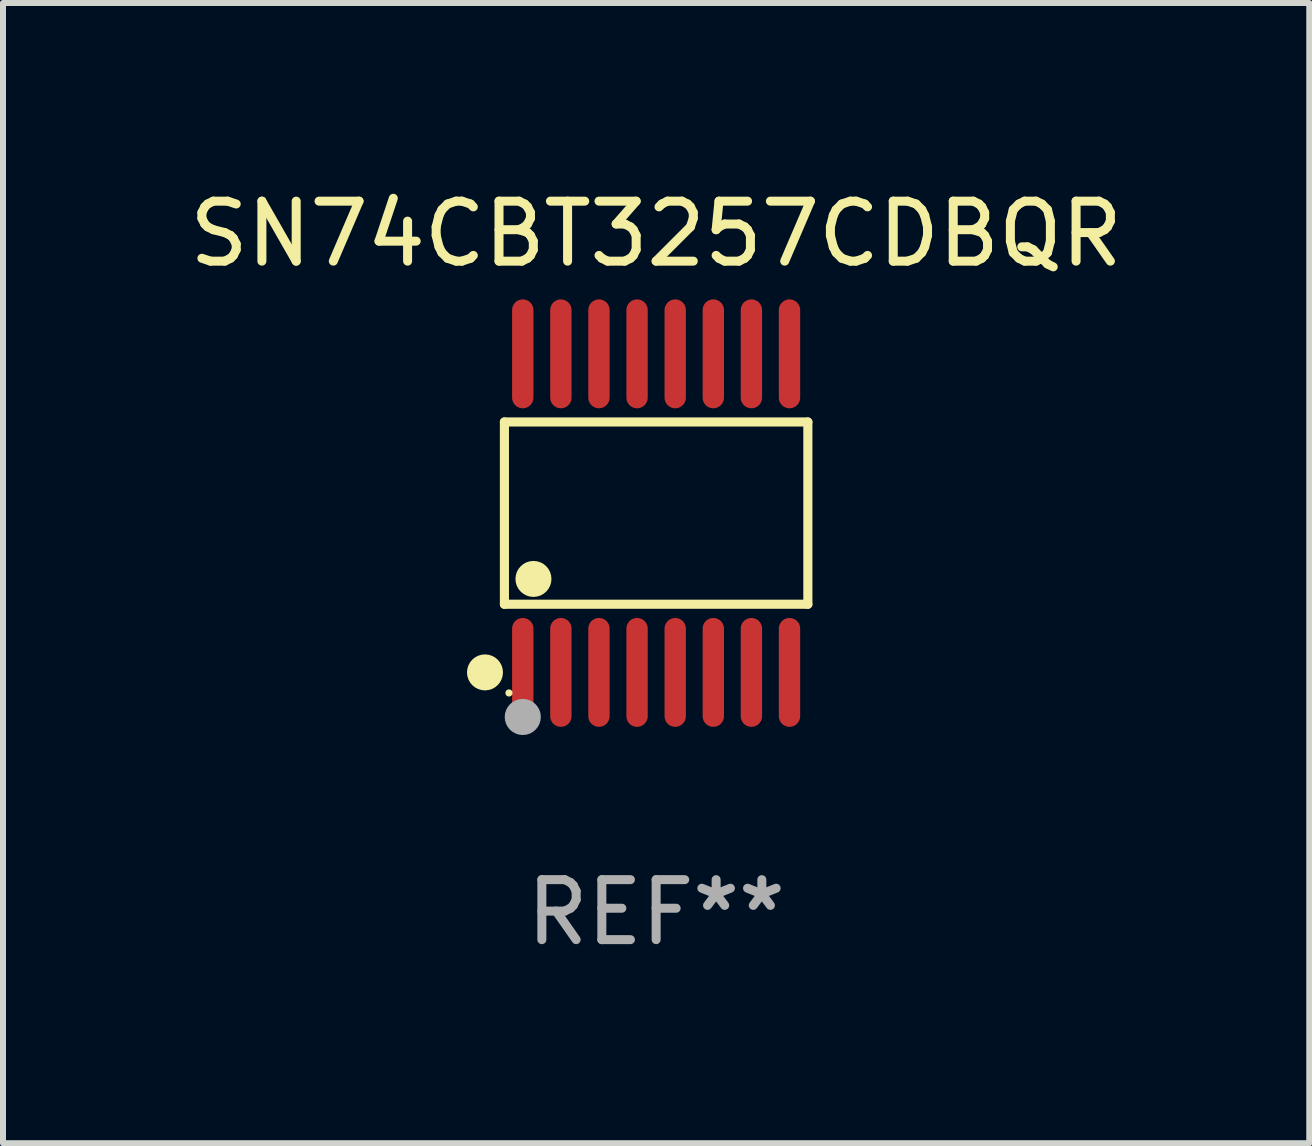
<source format=kicad_pcb>
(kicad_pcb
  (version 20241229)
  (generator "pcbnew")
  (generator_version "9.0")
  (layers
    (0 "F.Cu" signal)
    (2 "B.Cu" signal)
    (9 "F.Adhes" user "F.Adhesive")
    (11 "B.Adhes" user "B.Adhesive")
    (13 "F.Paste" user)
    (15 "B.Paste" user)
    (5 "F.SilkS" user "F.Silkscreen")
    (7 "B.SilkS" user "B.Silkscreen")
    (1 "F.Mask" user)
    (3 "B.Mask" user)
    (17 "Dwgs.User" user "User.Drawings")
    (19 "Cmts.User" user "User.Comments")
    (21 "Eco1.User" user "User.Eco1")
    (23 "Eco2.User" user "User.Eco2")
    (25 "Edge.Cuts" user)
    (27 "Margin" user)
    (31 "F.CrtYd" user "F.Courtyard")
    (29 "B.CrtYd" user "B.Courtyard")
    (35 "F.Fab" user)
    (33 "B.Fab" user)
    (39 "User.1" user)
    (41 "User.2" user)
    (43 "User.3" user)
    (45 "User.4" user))
  (footprint "SN74CBT3257CDBQR"
    (layer "F.Cu")
    (at 7.887 5.503)
    (property "Reference" "SN74CBT3257CDBQR" (at 0 -4.655 0) (layer "F.SilkS") (effects (font (size 1 1) (thickness 0.15))))
    (attr through_hole)
    (fp_line (start -2.529 -1.519) (end 2.529 -1.519) (stroke (width 0.152) (type solid)) (layer "F.SilkS"))
    (fp_line (start -2.529 1.519) (end -2.529 -1.519) (stroke (width 0.152) (type solid)) (layer "F.SilkS"))
    (fp_line (start 2.529 -1.519) (end 2.529 1.519) (stroke (width 0.152) (type solid)) (layer "F.SilkS"))
    (fp_line (start 2.529 1.519) (end -2.529 1.519) (stroke (width 0.152) (type solid)) (layer "F.SilkS"))
    (fp_circle (center -2.853 2.655) (end -2.703 2.655) (stroke (width 0.3) (type solid)) (fill no) (layer "F.SilkS"))
    (fp_circle (center -2.453 2.998) (end -2.423 2.998) (stroke (width 0.06) (type solid)) (fill no) (layer "F.SilkS"))
    (fp_circle (center -2.045 1.097) (end -1.895 1.097) (stroke (width 0.3) (type solid)) (fill no) (layer "F.SilkS"))
    (fp_circle (center -2.223 3.398) (end -2.072 3.398) (stroke (width 0.3) (type solid)) (fill no) (layer "F.Fab"))
    (fp_text user "REF**" (at 0 6.655 0) (layer "F.Fab") (effects (font (size 1 1) (thickness 0.15))))
    (pad "1" smd oval (at -2.223 2.655) (size 0.356 1.815) (layers "F.Cu" "F.Mask" "F.Paste"))
    (pad "2" smd oval (at -1.588 2.655) (size 0.356 1.815) (layers "F.Cu" "F.Mask" "F.Paste"))
    (pad "3" smd oval (at -0.953 2.655) (size 0.356 1.815) (layers "F.Cu" "F.Mask" "F.Paste"))
    (pad "4" smd oval (at -0.318 2.655) (size 0.356 1.815) (layers "F.Cu" "F.Mask" "F.Paste"))
    (pad "5" smd oval (at 0.318 2.655) (size 0.356 1.815) (layers "F.Cu" "F.Mask" "F.Paste"))
    (pad "6" smd oval (at 0.953 2.655) (size 0.356 1.815) (layers "F.Cu" "F.Mask" "F.Paste"))
    (pad "7" smd oval (at 1.588 2.655) (size 0.356 1.815) (layers "F.Cu" "F.Mask" "F.Paste"))
    (pad "8" smd oval (at 2.223 2.655) (size 0.356 1.815) (layers "F.Cu" "F.Mask" "F.Paste"))
    (pad "9" smd oval (at 2.223 -2.655) (size 0.356 1.815) (layers "F.Cu" "F.Mask" "F.Paste"))
    (pad "10" smd oval (at 1.588 -2.655) (size 0.356 1.815) (layers "F.Cu" "F.Mask" "F.Paste"))
    (pad "11" smd oval (at 0.953 -2.655) (size 0.356 1.815) (layers "F.Cu" "F.Mask" "F.Paste"))
    (pad "12" smd oval (at 0.318 -2.655) (size 0.356 1.815) (layers "F.Cu" "F.Mask" "F.Paste"))
    (pad "13" smd oval (at -0.318 -2.655) (size 0.356 1.815) (layers "F.Cu" "F.Mask" "F.Paste"))
    (pad "14" smd oval (at -0.953 -2.655) (size 0.356 1.815) (layers "F.Cu" "F.Mask" "F.Paste"))
    (pad "15" smd oval (at -1.588 -2.655) (size 0.356 1.815) (layers "F.Cu" "F.Mask" "F.Paste"))
    (pad "16" smd oval (at -2.223 -2.655) (size 0.356 1.815) (layers "F.Cu" "F.Mask" "F.Paste")))
  (gr_rect
    (start -3 -3)
    (end 18.774 16.006)
    (stroke (width 0.1) (type default))
    (fill no)
    (layer "Edge.Cuts")))
</source>
